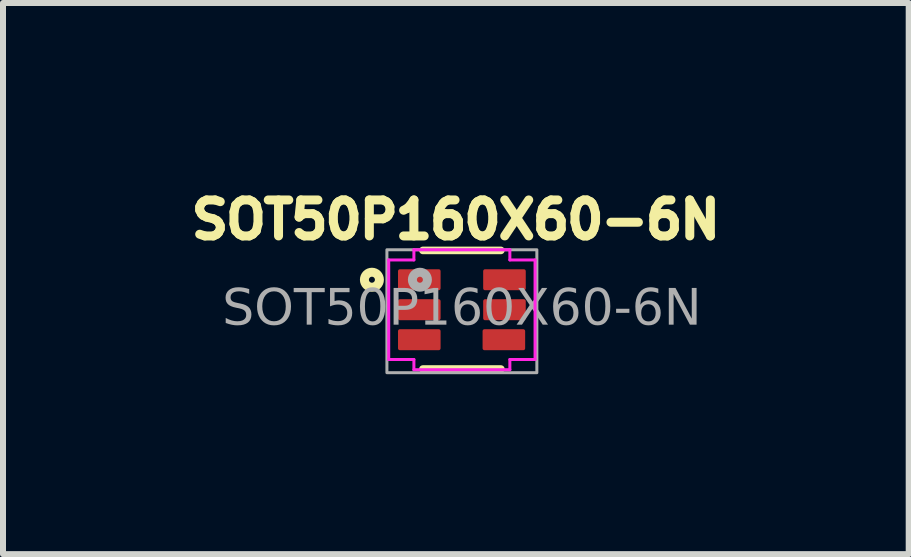
<source format=kicad_pcb>
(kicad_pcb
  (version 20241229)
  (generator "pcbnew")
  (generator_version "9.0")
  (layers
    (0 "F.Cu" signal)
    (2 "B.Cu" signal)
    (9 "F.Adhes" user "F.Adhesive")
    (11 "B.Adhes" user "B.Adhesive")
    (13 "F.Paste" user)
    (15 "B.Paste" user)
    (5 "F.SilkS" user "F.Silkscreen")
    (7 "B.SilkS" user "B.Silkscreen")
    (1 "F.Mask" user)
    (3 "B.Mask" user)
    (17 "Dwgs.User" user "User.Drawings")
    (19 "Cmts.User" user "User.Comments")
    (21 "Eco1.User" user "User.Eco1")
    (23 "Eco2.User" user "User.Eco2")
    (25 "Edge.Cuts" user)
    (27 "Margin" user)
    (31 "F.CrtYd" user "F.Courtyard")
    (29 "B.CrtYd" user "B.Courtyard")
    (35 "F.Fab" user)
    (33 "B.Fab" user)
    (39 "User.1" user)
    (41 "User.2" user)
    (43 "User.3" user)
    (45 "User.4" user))
  (footprint "SOT50P160X60-6N"
    (layer "F.Cu")
    (at 4.651 2.114)
    (property "Reference" "SOT50P160X60-6N" (at -0.1 -1.5 0) (layer "F.SilkS") (effects (font (size 0.6 0.6) (thickness 0.15))))
    (attr smd)
    (fp_line (start -0.65 -0.989) (end 0.65 -0.989) (stroke (width 0.127) (type solid)) (layer "F.SilkS"))
    (fp_line (start 0.65 0.989) (end -0.65 0.989) (stroke (width 0.127) (type solid)) (layer "F.SilkS"))
    (fp_circle (center -1.5 -0.5) (end -1.45 -0.5) (stroke (width 0.15) (type solid)) (fill no) (layer "F.SilkS"))
    (fp_line (start -1.22 -0.83) (end -1.22 0.83) (stroke (width 0.05) (type solid)) (layer "F.CrtYd"))
    (fp_line (start -1.22 -0.83) (end -0.8 -0.83) (stroke (width 0.05) (type solid)) (layer "F.CrtYd"))
    (fp_line (start -1.22 0.83) (end -0.8 0.83) (stroke (width 0.05) (type solid)) (layer "F.CrtYd"))
    (fp_line (start -0.8 -1) (end 0.8 -1) (stroke (width 0.05) (type solid)) (layer "F.CrtYd"))
    (fp_line (start -0.8 -0.83) (end -0.8 -1) (stroke (width 0.05) (type solid)) (layer "F.CrtYd"))
    (fp_line (start -0.8 0.83) (end -0.8 1) (stroke (width 0.05) (type solid)) (layer "F.CrtYd"))
    (fp_line (start -0.8 1) (end 0.8 1) (stroke (width 0.05) (type solid)) (layer "F.CrtYd"))
    (fp_line (start 0.8 -0.83) (end 0.8 -1) (stroke (width 0.05) (type solid)) (layer "F.CrtYd"))
    (fp_line (start 0.8 0.83) (end 0.8 1) (stroke (width 0.05) (type solid)) (layer "F.CrtYd"))
    (fp_line (start 1.22 -0.83) (end 0.8 -0.83) (stroke (width 0.05) (type solid)) (layer "F.CrtYd"))
    (fp_line (start 1.22 -0.83) (end 1.22 0.83) (stroke (width 0.05) (type solid)) (layer "F.CrtYd"))
    (fp_line (start 1.22 0.83) (end 0.8 0.83) (stroke (width 0.05) (type solid)) (layer "F.CrtYd"))
    (fp_rect (start -1.25 -1) (end 1.25 1.05) (stroke (width 0.05) (type default)) (fill no) (layer "F.Fab"))
    (fp_circle (center -0.7 -0.5) (end -0.65 -0.5) (stroke (width 0.15) (type solid)) (fill no) (layer "F.Fab"))
    (fp_text user "${REFERENCE}" (at 0 0 0) (unlocked yes) (layer "F.Fab") (effects (font (face "Arial") (size 0.6 0.6) (thickness 0.125))))
    (pad "1" smd roundrect (at -0.71 -0.5) (size 0.71 0.35) (layers "F.Cu" "F.Mask" "F.Paste") (roundrect_rratio 0.09))
    (pad "2" smd roundrect (at -0.71 0) (size 0.71 0.35) (layers "F.Cu" "F.Mask" "F.Paste") (roundrect_rratio 0.09))
    (pad "3" smd roundrect (at -0.71 0.5) (size 0.71 0.35) (layers "F.Cu" "F.Mask" "F.Paste") (roundrect_rratio 0.09))
    (pad "4" smd roundrect (at 0.7 0.5 180) (size 0.71 0.35) (layers "F.Cu" "F.Mask" "F.Paste") (roundrect_rratio 0.09))
    (pad "5" smd roundrect (at 0.71 0 180) (size 0.71 0.35) (layers "F.Cu" "F.Mask" "F.Paste") (roundrect_rratio 0.09))
    (pad "6" smd roundrect (at 0.71 -0.5 180) (size 0.71 0.35) (layers "F.Cu" "F.Mask" "F.Paste") (roundrect_rratio 0.09)))
  (gr_rect
    (start -3 -3)
    (end 12.101 6.189)
    (stroke (width 0.1) (type default))
    (fill no)
    (layer "Edge.Cuts")))
</source>
